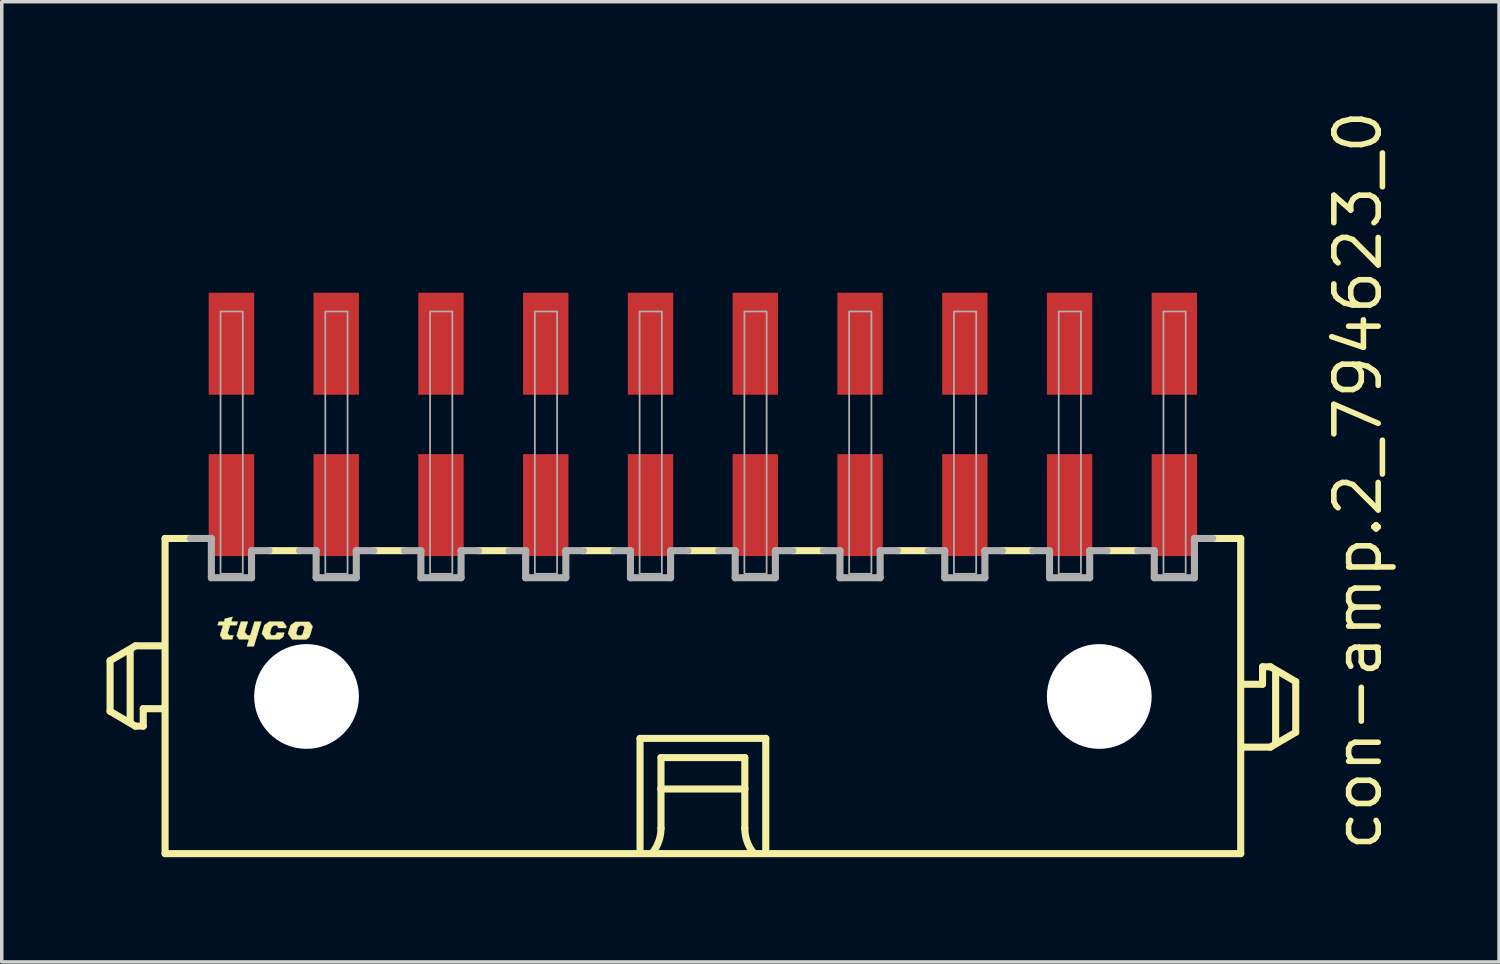
<source format=kicad_pcb>
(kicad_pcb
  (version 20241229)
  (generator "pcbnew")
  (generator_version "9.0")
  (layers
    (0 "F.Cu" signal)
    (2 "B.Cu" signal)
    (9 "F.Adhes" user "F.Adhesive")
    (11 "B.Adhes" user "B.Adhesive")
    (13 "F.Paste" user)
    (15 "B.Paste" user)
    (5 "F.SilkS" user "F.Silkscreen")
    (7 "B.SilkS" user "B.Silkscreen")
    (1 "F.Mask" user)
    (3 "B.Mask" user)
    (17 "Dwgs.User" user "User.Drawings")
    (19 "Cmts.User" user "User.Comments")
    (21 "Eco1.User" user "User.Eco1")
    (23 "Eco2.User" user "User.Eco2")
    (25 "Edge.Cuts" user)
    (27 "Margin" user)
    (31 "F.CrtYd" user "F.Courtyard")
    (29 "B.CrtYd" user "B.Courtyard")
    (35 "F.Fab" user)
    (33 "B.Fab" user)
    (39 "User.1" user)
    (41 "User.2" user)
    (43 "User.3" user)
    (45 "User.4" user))
  (footprint "con-amp.2_794623_0"
    (layer "F.Cu")
    (at 17.077 16.893)
    (property "Reference" "con-amp.2_794623_0" (at 19.5 4.5 90) (layer "F.SilkS") (effects (font (size 1.27 1.27) (thickness 0.16)) (justify left bottom)))
    (attr smd)
    (fp_line (start -16.975 -1.025) (end -16.975 0.425) (stroke (width 0.203) (type default)) (layer "F.SilkS"))
    (fp_line (start -16.975 0.425) (end -16.25 0.85) (stroke (width 0.203) (type default)) (layer "F.SilkS"))
    (fp_line (start -16.4 0.7) (end -16.4 -1.3) (stroke (width 0.203) (type default)) (layer "F.SilkS"))
    (fp_line (start -16.25 -1.45) (end -16.975 -1.025) (stroke (width 0.203) (type default)) (layer "F.SilkS"))
    (fp_line (start -16.25 0.85) (end -16.025 0.85) (stroke (width 0.203) (type default)) (layer "F.SilkS"))
    (fp_line (start -16.025 0.35) (end -15.5 0.35) (stroke (width 0.203) (type default)) (layer "F.SilkS"))
    (fp_line (start -16.025 0.85) (end -16.025 0.35) (stroke (width 0.203) (type default)) (layer "F.SilkS"))
    (fp_line (start -15.5 -1.45) (end -16.25 -1.45) (stroke (width 0.203) (type default)) (layer "F.SilkS"))
    (fp_line (start -15.4 -4.525) (end -15.4 4.5) (stroke (width 0.203) (type default)) (layer "F.SilkS"))
    (fp_line (start -15.4 -4.525) (end -14.675 -4.525) (stroke (width 0.203) (type default)) (layer "F.SilkS"))
    (fp_line (start -15.4 4.5) (end 15.4 4.5) (stroke (width 0.203) (type default)) (layer "F.SilkS"))
    (fp_line (start -11.55 -4.175) (end -12.425 -4.175) (stroke (width 0.203) (type default)) (layer "F.SilkS"))
    (fp_line (start -8.55 -4.175) (end -9.425 -4.175) (stroke (width 0.203) (type default)) (layer "F.SilkS"))
    (fp_line (start -5.55 -4.175) (end -6.425 -4.175) (stroke (width 0.203) (type default)) (layer "F.SilkS"))
    (fp_line (start -2.55 -4.175) (end -3.425 -4.175) (stroke (width 0.203) (type default)) (layer "F.SilkS"))
    (fp_line (start -1.8 1.2) (end 1.8 1.2) (stroke (width 0.203) (type default)) (layer "F.SilkS"))
    (fp_line (start -1.8 4.4) (end -1.8 1.2) (stroke (width 0.203) (type default)) (layer "F.SilkS"))
    (fp_line (start -1.2 1.75) (end -1.2 2.65) (stroke (width 0.203) (type default)) (layer "F.SilkS"))
    (fp_line (start -1.2 2.65) (end -1.2 3.775) (stroke (width 0.203) (type default)) (layer "F.SilkS"))
    (fp_line (start -1.2 2.65) (end 1.2 2.65) (stroke (width 0.203) (type default)) (layer "F.SilkS"))
    (fp_line (start 0.45 -4.175) (end -0.425 -4.175) (stroke (width 0.203) (type default)) (layer "F.SilkS"))
    (fp_line (start 1.2 1.75) (end -1.2 1.75) (stroke (width 0.203) (type default)) (layer "F.SilkS"))
    (fp_line (start 1.2 2.65) (end 1.2 1.75) (stroke (width 0.203) (type default)) (layer "F.SilkS"))
    (fp_line (start 1.2 2.65) (end 1.2 3.775) (stroke (width 0.203) (type default)) (layer "F.SilkS"))
    (fp_line (start 1.8 1.2) (end 1.8 4.4) (stroke (width 0.203) (type default)) (layer "F.SilkS"))
    (fp_line (start 3.45 -4.175) (end 2.575 -4.175) (stroke (width 0.203) (type default)) (layer "F.SilkS"))
    (fp_line (start 6.45 -4.175) (end 5.575 -4.175) (stroke (width 0.203) (type default)) (layer "F.SilkS"))
    (fp_line (start 9.45 -4.175) (end 8.575 -4.175) (stroke (width 0.203) (type default)) (layer "F.SilkS"))
    (fp_line (start 12.45 -4.175) (end 11.575 -4.175) (stroke (width 0.203) (type default)) (layer "F.SilkS"))
    (fp_line (start 15.4 -4.525) (end 14.6 -4.525) (stroke (width 0.203) (type default)) (layer "F.SilkS"))
    (fp_line (start 15.4 4.5) (end 15.4 -4.525) (stroke (width 0.203) (type default)) (layer "F.SilkS"))
    (fp_line (start 15.5 1.45) (end 16.25 1.45) (stroke (width 0.203) (type default)) (layer "F.SilkS"))
    (fp_line (start 16.025 -0.85) (end 16.025 -0.35) (stroke (width 0.203) (type default)) (layer "F.SilkS"))
    (fp_line (start 16.025 -0.35) (end 15.5 -0.35) (stroke (width 0.203) (type default)) (layer "F.SilkS"))
    (fp_line (start 16.25 -0.85) (end 16.025 -0.85) (stroke (width 0.203) (type default)) (layer "F.SilkS"))
    (fp_line (start 16.25 1.45) (end 16.975 1.025) (stroke (width 0.203) (type default)) (layer "F.SilkS"))
    (fp_line (start 16.4 1.3) (end 16.4 -0.7) (stroke (width 0.203) (type default)) (layer "F.SilkS"))
    (fp_line (start 16.975 -0.425) (end 16.25 -0.85) (stroke (width 0.203) (type default)) (layer "F.SilkS"))
    (fp_line (start 16.975 1.025) (end 16.975 -0.425) (stroke (width 0.203) (type default)) (layer "F.SilkS"))
    (fp_arc (start -1.2 3.775) (mid -1.257731 4.130756) (end -1.425 4.45) (stroke (width 0.2032) (type default)) (layer "F.SilkS"))
    (fp_arc (start 1.425 4.45) (mid 1.257731 4.130756) (end 1.2 3.775) (stroke (width 0.2032) (type default)) (layer "F.SilkS"))
    (fp_poly (pts (xy -13.23 -2.14) (xy -13.03 -2.14) (xy -13.12 -1.845) (xy -13.04 -1.75) (xy -12.96 -1.75) (xy -12.84 -2.14) (xy -12.645 -2.14) (xy -12.86 -1.435) (xy -13.055 -1.435) (xy -12.995 -1.64) (xy -13.285 -1.64) (xy -13.35 -1.74)) (stroke (width 0.01) (type default)) (fill yes) (layer "F.SilkS"))
    (fp_poly (pts (xy -13.865 -2.14) (xy -13.71 -2.14) (xy -13.688 -2.225) (xy -13.47 -2.28) (xy -13.51 -2.14) (xy -13.32 -2.14) (xy -13.35 -2.04) (xy -13.54 -2.04) (xy -13.61 -1.81) (xy -13.565 -1.75) (xy -13.445 -1.75) (xy -13.475 -1.64) (xy -13.755 -1.64) (xy -13.825 -1.75) (xy -13.74 -2.04) (xy -13.895 -2.04)) (stroke (width 0.01) (type default)) (fill yes) (layer "F.SilkS"))
    (fp_poly (pts (xy -12.16 -1.96) (xy -11.94 -1.96) (xy -11.925 -2.01) (xy -12.02 -2.14) (xy -12.42 -2.14) (xy -12.555 -2.045) (xy -12.63 -1.805) (xy -12.51 -1.64) (xy -12.11 -1.64) (xy -12.02 -1.705) (xy -11.985 -1.825) (xy -12.2 -1.825) (xy -12.215 -1.78) (xy -12.26 -1.75) (xy -12.355 -1.75) (xy -12.4 -1.81) (xy -12.35 -1.98) (xy -12.28 -2.035) (xy -12.195 -2.035) (xy -12.155 -1.975)) (stroke (width 0.01) (type default)) (fill yes) (layer "F.SilkS"))
    (fp_poly (pts (xy -11.45 -1.825) (xy -11.23 -1.825) (xy -11.175 -2.005) (xy -11.27 -2.135) (xy -11.67 -2.135) (xy -11.805 -2.04) (xy -11.88 -1.8) (xy -11.76 -1.635) (xy -11.36 -1.635) (xy -11.27 -1.7) (xy -11.23 -1.825) (xy -11.45 -1.82) (xy -11.465 -1.775) (xy -11.51 -1.745) (xy -11.605 -1.745) (xy -11.65 -1.805) (xy -11.6 -1.975) (xy -11.53 -2.03) (xy -11.445 -2.03) (xy -11.405 -1.97)) (stroke (width 0.01) (type default)) (fill yes) (layer "F.SilkS"))
    (fp_line (start -14.075 -4.525) (end -14.675 -4.525) (stroke (width 0.203) (type default)) (layer "F.Fab"))
    (fp_line (start -14.075 -3.4) (end -14.075 -4.525) (stroke (width 0.203) (type default)) (layer "F.Fab"))
    (fp_line (start -12.925 -4.175) (end -12.925 -3.4) (stroke (width 0.203) (type default)) (layer "F.Fab"))
    (fp_line (start -12.925 -3.4) (end -14.075 -3.4) (stroke (width 0.203) (type default)) (layer "F.Fab"))
    (fp_line (start -12.425 -4.175) (end -12.925 -4.175) (stroke (width 0.203) (type default)) (layer "F.Fab"))
    (fp_line (start -11.075 -4.175) (end -11.55 -4.175) (stroke (width 0.203) (type default)) (layer "F.Fab"))
    (fp_line (start -11.075 -3.4) (end -11.075 -4.175) (stroke (width 0.203) (type default)) (layer "F.Fab"))
    (fp_line (start -9.925 -4.175) (end -9.925 -3.4) (stroke (width 0.203) (type default)) (layer "F.Fab"))
    (fp_line (start -9.925 -3.4) (end -11.075 -3.4) (stroke (width 0.203) (type default)) (layer "F.Fab"))
    (fp_line (start -9.425 -4.175) (end -9.925 -4.175) (stroke (width 0.203) (type default)) (layer "F.Fab"))
    (fp_line (start -8.075 -4.175) (end -8.55 -4.175) (stroke (width 0.203) (type default)) (layer "F.Fab"))
    (fp_line (start -8.075 -3.4) (end -8.075 -4.175) (stroke (width 0.203) (type default)) (layer "F.Fab"))
    (fp_line (start -6.925 -4.175) (end -6.925 -3.4) (stroke (width 0.203) (type default)) (layer "F.Fab"))
    (fp_line (start -6.925 -3.4) (end -8.075 -3.4) (stroke (width 0.203) (type default)) (layer "F.Fab"))
    (fp_line (start -6.425 -4.175) (end -6.925 -4.175) (stroke (width 0.203) (type default)) (layer "F.Fab"))
    (fp_line (start -5.075 -4.175) (end -5.55 -4.175) (stroke (width 0.203) (type default)) (layer "F.Fab"))
    (fp_line (start -5.075 -3.4) (end -5.075 -4.175) (stroke (width 0.203) (type default)) (layer "F.Fab"))
    (fp_line (start -3.925 -4.175) (end -3.925 -3.4) (stroke (width 0.203) (type default)) (layer "F.Fab"))
    (fp_line (start -3.925 -3.4) (end -5.075 -3.4) (stroke (width 0.203) (type default)) (layer "F.Fab"))
    (fp_line (start -3.425 -4.175) (end -3.925 -4.175) (stroke (width 0.203) (type default)) (layer "F.Fab"))
    (fp_line (start -2.075 -4.175) (end -2.55 -4.175) (stroke (width 0.203) (type default)) (layer "F.Fab"))
    (fp_line (start -2.075 -3.4) (end -2.075 -4.175) (stroke (width 0.203) (type default)) (layer "F.Fab"))
    (fp_line (start -0.925 -4.175) (end -0.925 -3.4) (stroke (width 0.203) (type default)) (layer "F.Fab"))
    (fp_line (start -0.925 -3.4) (end -2.075 -3.4) (stroke (width 0.203) (type default)) (layer "F.Fab"))
    (fp_line (start -0.425 -4.175) (end -0.925 -4.175) (stroke (width 0.203) (type default)) (layer "F.Fab"))
    (fp_line (start 0.925 -4.175) (end 0.45 -4.175) (stroke (width 0.203) (type default)) (layer "F.Fab"))
    (fp_line (start 0.925 -3.4) (end 0.925 -4.175) (stroke (width 0.203) (type default)) (layer "F.Fab"))
    (fp_line (start 2.075 -4.175) (end 2.075 -3.4) (stroke (width 0.203) (type default)) (layer "F.Fab"))
    (fp_line (start 2.075 -3.4) (end 0.925 -3.4) (stroke (width 0.203) (type default)) (layer "F.Fab"))
    (fp_line (start 2.575 -4.175) (end 2.075 -4.175) (stroke (width 0.203) (type default)) (layer "F.Fab"))
    (fp_line (start 3.925 -4.175) (end 3.45 -4.175) (stroke (width 0.203) (type default)) (layer "F.Fab"))
    (fp_line (start 3.925 -3.4) (end 3.925 -4.175) (stroke (width 0.203) (type default)) (layer "F.Fab"))
    (fp_line (start 5.075 -4.175) (end 5.075 -3.4) (stroke (width 0.203) (type default)) (layer "F.Fab"))
    (fp_line (start 5.075 -3.4) (end 3.925 -3.4) (stroke (width 0.203) (type default)) (layer "F.Fab"))
    (fp_line (start 5.575 -4.175) (end 5.075 -4.175) (stroke (width 0.203) (type default)) (layer "F.Fab"))
    (fp_line (start 6.925 -4.175) (end 6.45 -4.175) (stroke (width 0.203) (type default)) (layer "F.Fab"))
    (fp_line (start 6.925 -3.4) (end 6.925 -4.175) (stroke (width 0.203) (type default)) (layer "F.Fab"))
    (fp_line (start 8.075 -4.175) (end 8.075 -3.4) (stroke (width 0.203) (type default)) (layer "F.Fab"))
    (fp_line (start 8.075 -3.4) (end 6.925 -3.4) (stroke (width 0.203) (type default)) (layer "F.Fab"))
    (fp_line (start 8.575 -4.175) (end 8.075 -4.175) (stroke (width 0.203) (type default)) (layer "F.Fab"))
    (fp_line (start 9.925 -4.175) (end 9.45 -4.175) (stroke (width 0.203) (type default)) (layer "F.Fab"))
    (fp_line (start 9.925 -3.4) (end 9.925 -4.175) (stroke (width 0.203) (type default)) (layer "F.Fab"))
    (fp_line (start 11.075 -4.175) (end 11.075 -3.4) (stroke (width 0.203) (type default)) (layer "F.Fab"))
    (fp_line (start 11.075 -3.4) (end 9.925 -3.4) (stroke (width 0.203) (type default)) (layer "F.Fab"))
    (fp_line (start 11.575 -4.175) (end 11.075 -4.175) (stroke (width 0.203) (type default)) (layer "F.Fab"))
    (fp_line (start 12.925 -4.175) (end 12.45 -4.175) (stroke (width 0.203) (type default)) (layer "F.Fab"))
    (fp_line (start 12.925 -3.4) (end 12.925 -4.175) (stroke (width 0.203) (type default)) (layer "F.Fab"))
    (fp_line (start 14.075 -4.525) (end 14.075 -3.4) (stroke (width 0.203) (type default)) (layer "F.Fab"))
    (fp_line (start 14.075 -3.4) (end 12.925 -3.4) (stroke (width 0.203) (type default)) (layer "F.Fab"))
    (fp_line (start 14.6 -4.525) (end 14.075 -4.525) (stroke (width 0.203) (type default)) (layer "F.Fab"))
    (fp_rect (start -13.812 -3.513) (end -13.175 -11.025) (stroke (width 0.05) (type default)) (fill no) (layer "F.Fab"))
    (fp_rect (start -10.812 -3.513) (end -10.175 -11.025) (stroke (width 0.05) (type default)) (fill no) (layer "F.Fab"))
    (fp_rect (start -7.812 -3.513) (end -7.175 -11.025) (stroke (width 0.05) (type default)) (fill no) (layer "F.Fab"))
    (fp_rect (start -4.812 -3.513) (end -4.175 -11.025) (stroke (width 0.05) (type default)) (fill no) (layer "F.Fab"))
    (fp_rect (start -1.812 -3.513) (end -1.175 -11.025) (stroke (width 0.05) (type default)) (fill no) (layer "F.Fab"))
    (fp_rect (start 1.188 -3.513) (end 1.825 -11.025) (stroke (width 0.05) (type default)) (fill no) (layer "F.Fab"))
    (fp_rect (start 4.188 -3.513) (end 4.825 -11.025) (stroke (width 0.05) (type default)) (fill no) (layer "F.Fab"))
    (fp_rect (start 7.188 -3.513) (end 7.825 -11.025) (stroke (width 0.05) (type default)) (fill no) (layer "F.Fab"))
    (fp_rect (start 10.188 -3.513) (end 10.825 -11.025) (stroke (width 0.05) (type default)) (fill no) (layer "F.Fab"))
    (fp_rect (start 13.188 -3.513) (end 13.825 -11.025) (stroke (width 0.05) (type default)) (fill no) (layer "F.Fab"))
    (pad "" np_thru_hole circle (at -11.35 0) (size 3 3) (drill 3) (layers "*.Cu" "*.Mask"))
    (pad "" np_thru_hole circle (at 11.35 0) (size 3 3) (drill 3) (layers "*.Cu" "*.Mask"))
    (pad "1" smd roundrect (at 13.5 -10.1) (size 1.3 2.92) (layers "F.Cu" "F.Mask" "F.Paste") (roundrect_rratio 0.01))
    (pad "2" smd roundrect (at 13.5 -5.48) (size 1.3 2.92) (layers "F.Cu" "F.Mask" "F.Paste") (roundrect_rratio 0.01))
    (pad "3" smd roundrect (at 10.5 -10.1) (size 1.3 2.92) (layers "F.Cu" "F.Mask" "F.Paste") (roundrect_rratio 0.01))
    (pad "4" smd roundrect (at 10.5 -5.48) (size 1.3 2.92) (layers "F.Cu" "F.Mask" "F.Paste") (roundrect_rratio 0.01))
    (pad "5" smd roundrect (at 7.5 -10.1) (size 1.3 2.92) (layers "F.Cu" "F.Mask" "F.Paste") (roundrect_rratio 0.01))
    (pad "6" smd roundrect (at 7.5 -5.48) (size 1.3 2.92) (layers "F.Cu" "F.Mask" "F.Paste") (roundrect_rratio 0.01))
    (pad "7" smd roundrect (at 4.5 -10.1) (size 1.3 2.92) (layers "F.Cu" "F.Mask" "F.Paste") (roundrect_rratio 0.01))
    (pad "8" smd roundrect (at 4.5 -5.48) (size 1.3 2.92) (layers "F.Cu" "F.Mask" "F.Paste") (roundrect_rratio 0.01))
    (pad "9" smd roundrect (at 1.5 -10.1) (size 1.3 2.92) (layers "F.Cu" "F.Mask" "F.Paste") (roundrect_rratio 0.01))
    (pad "10" smd roundrect (at 1.5 -5.48) (size 1.3 2.92) (layers "F.Cu" "F.Mask" "F.Paste") (roundrect_rratio 0.01))
    (pad "11" smd roundrect (at -1.5 -10.1) (size 1.3 2.92) (layers "F.Cu" "F.Mask" "F.Paste") (roundrect_rratio 0.01))
    (pad "12" smd roundrect (at -1.5 -5.48) (size 1.3 2.92) (layers "F.Cu" "F.Mask" "F.Paste") (roundrect_rratio 0.01))
    (pad "13" smd roundrect (at -4.5 -10.1) (size 1.3 2.92) (layers "F.Cu" "F.Mask" "F.Paste") (roundrect_rratio 0.01))
    (pad "14" smd roundrect (at -4.5 -5.48) (size 1.3 2.92) (layers "F.Cu" "F.Mask" "F.Paste") (roundrect_rratio 0.01))
    (pad "15" smd roundrect (at -7.5 -10.1) (size 1.3 2.92) (layers "F.Cu" "F.Mask" "F.Paste") (roundrect_rratio 0.01))
    (pad "16" smd roundrect (at -7.5 -5.48) (size 1.3 2.92) (layers "F.Cu" "F.Mask" "F.Paste") (roundrect_rratio 0.01))
    (pad "17" smd roundrect (at -10.5 -10.1) (size 1.3 2.92) (layers "F.Cu" "F.Mask" "F.Paste") (roundrect_rratio 0.01))
    (pad "18" smd roundrect (at -10.5 -5.48) (size 1.3 2.92) (layers "F.Cu" "F.Mask" "F.Paste") (roundrect_rratio 0.01))
    (pad "19" smd roundrect (at -13.5 -5.48) (size 1.3 2.92) (layers "F.Cu" "F.Mask" "F.Paste") (roundrect_rratio 0.01))
    (pad "20" smd roundrect (at -13.5 -10.1) (size 1.3 2.92) (layers "F.Cu" "F.Mask" "F.Paste") (roundrect_rratio 0.01)))
  (gr_rect
    (start -3 -3)
    (end 39.874 24.494)
    (stroke (width 0.1) (type default))
    (fill no)
    (layer "Edge.Cuts")))
</source>
